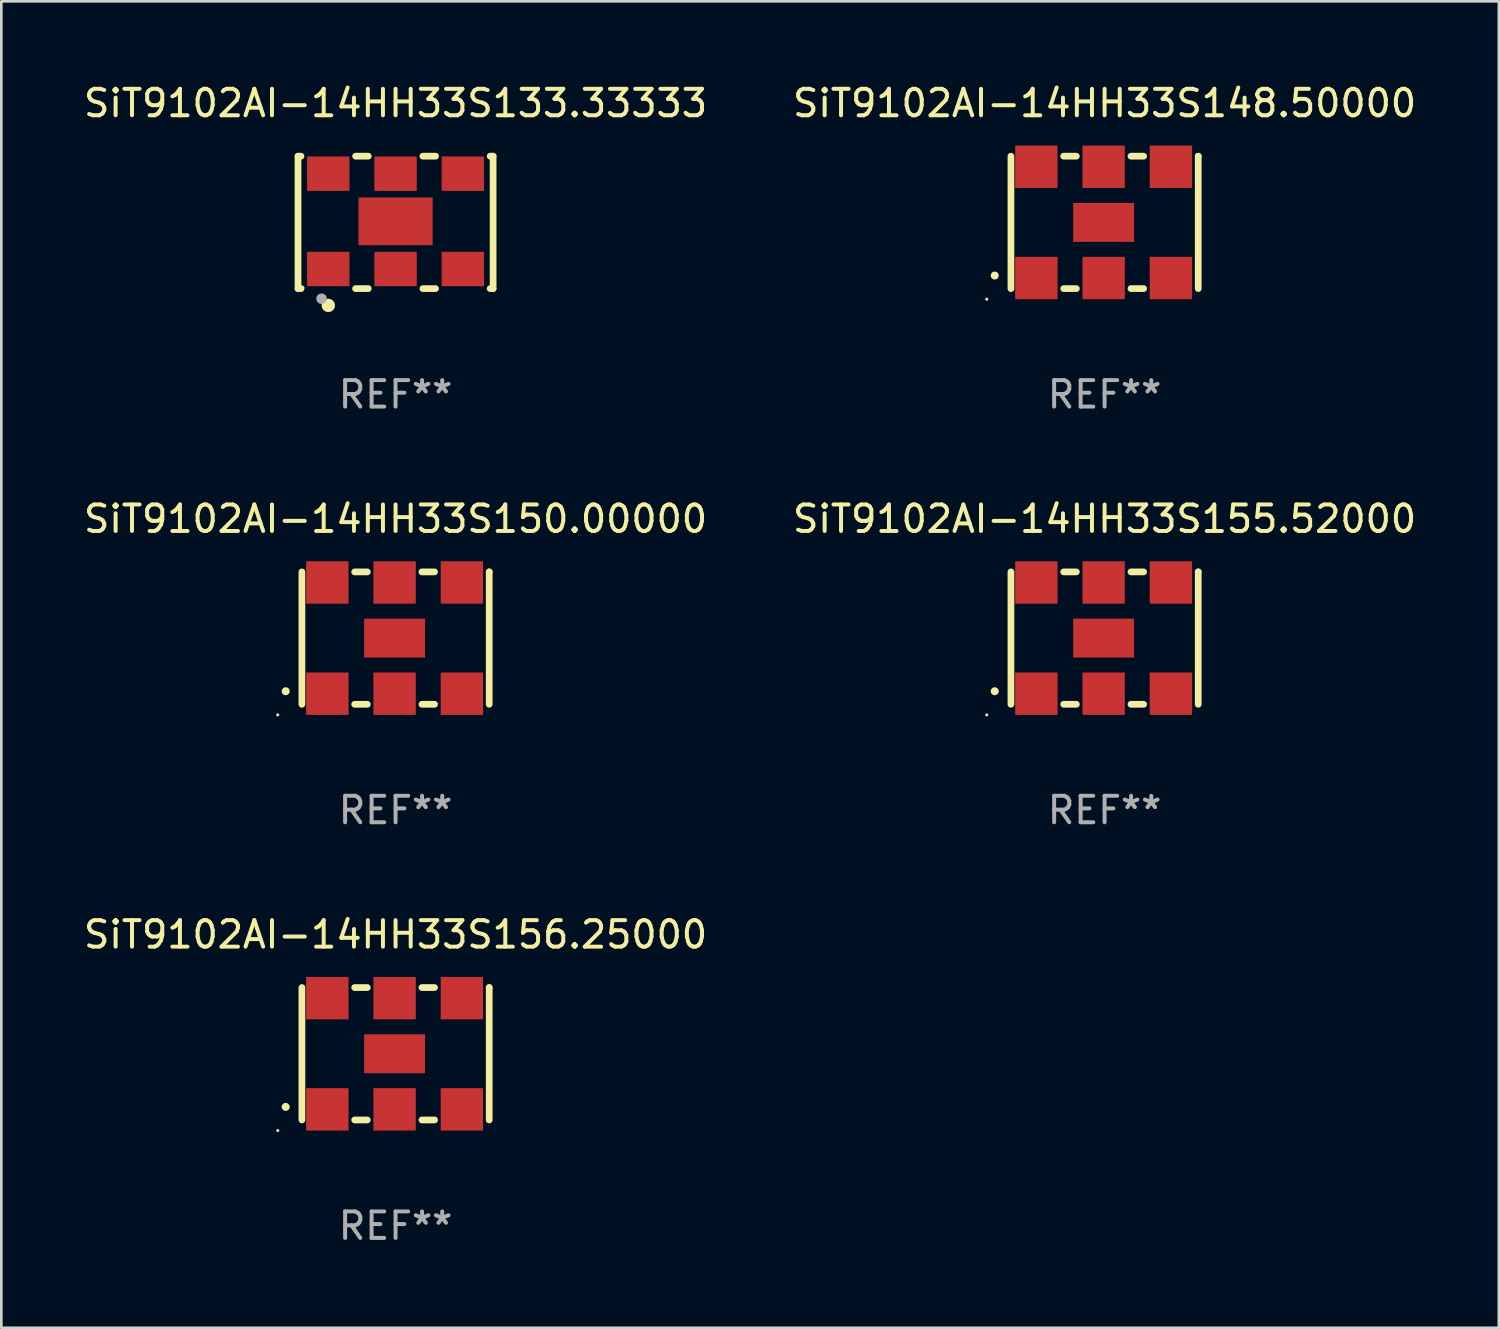
<source format=kicad_pcb>
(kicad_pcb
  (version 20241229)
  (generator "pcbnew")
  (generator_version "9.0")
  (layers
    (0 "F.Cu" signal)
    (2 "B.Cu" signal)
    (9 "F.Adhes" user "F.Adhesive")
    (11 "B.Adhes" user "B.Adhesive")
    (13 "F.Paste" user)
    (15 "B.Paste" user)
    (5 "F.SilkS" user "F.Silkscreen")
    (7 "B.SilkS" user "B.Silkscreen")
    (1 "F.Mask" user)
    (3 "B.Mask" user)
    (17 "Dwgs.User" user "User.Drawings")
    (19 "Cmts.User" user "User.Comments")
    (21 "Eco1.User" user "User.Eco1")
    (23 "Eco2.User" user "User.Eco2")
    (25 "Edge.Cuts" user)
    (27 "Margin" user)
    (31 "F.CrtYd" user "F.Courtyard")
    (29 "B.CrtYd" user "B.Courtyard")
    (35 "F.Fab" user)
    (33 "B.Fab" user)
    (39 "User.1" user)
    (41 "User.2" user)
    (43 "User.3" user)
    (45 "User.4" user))
  (footprint "SiT9102AI-14HH33S155.52000"
    (layer "F.Cu")
    (at 38.661 21.045)
    (property "Reference" "SiT9102AI-14HH33S155.52000" (at 0 -4.5 0) (layer "F.SilkS") (effects (font (size 1 1) (thickness 0.15))))
    (attr through_hole)
    (fp_line (start -3.536 -2.5) (end -3.536 2.5) (stroke (width 0.254) (type solid)) (layer "F.SilkS"))
    (fp_line (start -1.544 2.5) (end -1.067 2.5) (stroke (width 0.254) (type solid)) (layer "F.SilkS"))
    (fp_line (start -1.067 -2.5) (end -1.544 -2.5) (stroke (width 0.254) (type solid)) (layer "F.SilkS"))
    (fp_line (start 0.996 2.5) (end 1.473 2.5) (stroke (width 0.254) (type solid)) (layer "F.SilkS"))
    (fp_line (start 1.473 -2.5) (end 0.996 -2.5) (stroke (width 0.254) (type solid)) (layer "F.SilkS"))
    (fp_line (start 3.536 -2.5) (end 3.536 -2.5) (stroke (width 0.254) (type solid)) (layer "F.SilkS"))
    (fp_line (start 3.536 2.5) (end 3.536 -2.5) (stroke (width 0.254) (type solid)) (layer "F.SilkS"))
    (fp_arc (start -4.150432 2.006604) (mid -4.149162 2.006599) (end -4.147892 2.006604) (stroke (width 0.3) (type solid)) (layer "F.SilkS"))
    (fp_circle (center -4.449 2.9) (end -4.419 2.9) (stroke (width 0.06) (type solid)) (fill no) (layer "F.SilkS"))
    (fp_text user "REF**" (at 0 6.5 0) (layer "F.Fab") (effects (font (size 1 1) (thickness 0.15))))
    (pad "1" smd rect (at -2.576 2.1) (size 1.6 1.6) (layers "F.Cu" "F.Mask" "F.Paste"))
    (pad "2" smd rect (at -0.036 2.1) (size 1.6 1.6) (layers "F.Cu" "F.Mask" "F.Paste"))
    (pad "3" smd rect (at 2.504 2.1) (size 1.6 1.6) (layers "F.Cu" "F.Mask" "F.Paste"))
    (pad "4" smd rect (at 2.504 -2.1) (size 1.6 1.6) (layers "F.Cu" "F.Mask" "F.Paste"))
    (pad "5" smd rect (at -0.036 -2.1) (size 1.6 1.6) (layers "F.Cu" "F.Mask" "F.Paste"))
    (pad "6" smd rect (at -2.576 -2.1) (size 1.6 1.6) (layers "F.Cu" "F.Mask" "F.Paste"))
    (pad "7" smd rect (at -0.036 0) (size 2.3 1.47) (layers "F.Cu" "F.Mask" "F.Paste")))
  (footprint "SiT9102AI-14HH33S156.25000"
    (layer "F.Cu")
    (at 11.887 36.741)
    (property "Reference" "SiT9102AI-14HH33S156.25000" (at 0 -4.5 0) (layer "F.SilkS") (effects (font (size 1 1) (thickness 0.15))))
    (attr through_hole)
    (fp_line (start -3.536 -2.5) (end -3.536 2.5) (stroke (width 0.254) (type solid)) (layer "F.SilkS"))
    (fp_line (start -1.544 2.5) (end -1.067 2.5) (stroke (width 0.254) (type solid)) (layer "F.SilkS"))
    (fp_line (start -1.067 -2.5) (end -1.544 -2.5) (stroke (width 0.254) (type solid)) (layer "F.SilkS"))
    (fp_line (start 0.996 2.5) (end 1.473 2.5) (stroke (width 0.254) (type solid)) (layer "F.SilkS"))
    (fp_line (start 1.473 -2.5) (end 0.996 -2.5) (stroke (width 0.254) (type solid)) (layer "F.SilkS"))
    (fp_line (start 3.536 -2.5) (end 3.536 -2.5) (stroke (width 0.254) (type solid)) (layer "F.SilkS"))
    (fp_line (start 3.536 2.5) (end 3.536 -2.5) (stroke (width 0.254) (type solid)) (layer "F.SilkS"))
    (fp_arc (start -4.150432 2.006604) (mid -4.149162 2.006599) (end -4.147892 2.006604) (stroke (width 0.3) (type solid)) (layer "F.SilkS"))
    (fp_circle (center -4.449 2.9) (end -4.419 2.9) (stroke (width 0.06) (type solid)) (fill no) (layer "F.SilkS"))
    (fp_text user "REF**" (at 0 6.5 0) (layer "F.Fab") (effects (font (size 1 1) (thickness 0.15))))
    (pad "1" smd rect (at -2.576 2.1) (size 1.6 1.6) (layers "F.Cu" "F.Mask" "F.Paste"))
    (pad "2" smd rect (at -0.036 2.1) (size 1.6 1.6) (layers "F.Cu" "F.Mask" "F.Paste"))
    (pad "3" smd rect (at 2.504 2.1) (size 1.6 1.6) (layers "F.Cu" "F.Mask" "F.Paste"))
    (pad "4" smd rect (at 2.504 -2.1) (size 1.6 1.6) (layers "F.Cu" "F.Mask" "F.Paste"))
    (pad "5" smd rect (at -0.036 -2.1) (size 1.6 1.6) (layers "F.Cu" "F.Mask" "F.Paste"))
    (pad "6" smd rect (at -2.576 -2.1) (size 1.6 1.6) (layers "F.Cu" "F.Mask" "F.Paste"))
    (pad "7" smd rect (at -0.036 0) (size 2.3 1.47) (layers "F.Cu" "F.Mask" "F.Paste")))
  (footprint "SiT9102AI-14HH33S148.50000"
    (layer "F.Cu")
    (at 38.661 5.348)
    (property "Reference" "SiT9102AI-14HH33S148.50000" (at 0 -4.5 0) (layer "F.SilkS") (effects (font (size 1 1) (thickness 0.15))))
    (attr through_hole)
    (fp_line (start -3.536 -2.5) (end -3.536 2.5) (stroke (width 0.254) (type solid)) (layer "F.SilkS"))
    (fp_line (start -1.544 2.5) (end -1.067 2.5) (stroke (width 0.254) (type solid)) (layer "F.SilkS"))
    (fp_line (start -1.067 -2.5) (end -1.544 -2.5) (stroke (width 0.254) (type solid)) (layer "F.SilkS"))
    (fp_line (start 0.996 2.5) (end 1.473 2.5) (stroke (width 0.254) (type solid)) (layer "F.SilkS"))
    (fp_line (start 1.473 -2.5) (end 0.996 -2.5) (stroke (width 0.254) (type solid)) (layer "F.SilkS"))
    (fp_line (start 3.536 -2.5) (end 3.536 -2.5) (stroke (width 0.254) (type solid)) (layer "F.SilkS"))
    (fp_line (start 3.536 2.5) (end 3.536 -2.5) (stroke (width 0.254) (type solid)) (layer "F.SilkS"))
    (fp_arc (start -4.150432 2.006604) (mid -4.149162 2.006599) (end -4.147892 2.006604) (stroke (width 0.3) (type solid)) (layer "F.SilkS"))
    (fp_circle (center -4.449 2.9) (end -4.419 2.9) (stroke (width 0.06) (type solid)) (fill no) (layer "F.SilkS"))
    (fp_text user "REF**" (at 0 6.5 0) (layer "F.Fab") (effects (font (size 1 1) (thickness 0.15))))
    (pad "1" smd rect (at -2.576 2.1) (size 1.6 1.6) (layers "F.Cu" "F.Mask" "F.Paste"))
    (pad "2" smd rect (at -0.036 2.1) (size 1.6 1.6) (layers "F.Cu" "F.Mask" "F.Paste"))
    (pad "3" smd rect (at 2.504 2.1) (size 1.6 1.6) (layers "F.Cu" "F.Mask" "F.Paste"))
    (pad "4" smd rect (at 2.504 -2.1) (size 1.6 1.6) (layers "F.Cu" "F.Mask" "F.Paste"))
    (pad "5" smd rect (at -0.036 -2.1) (size 1.6 1.6) (layers "F.Cu" "F.Mask" "F.Paste"))
    (pad "6" smd rect (at -2.576 -2.1) (size 1.6 1.6) (layers "F.Cu" "F.Mask" "F.Paste"))
    (pad "7" smd rect (at -0.036 0) (size 2.3 1.47) (layers "F.Cu" "F.Mask" "F.Paste")))
  (footprint "SiT9102AI-14HH33S150.00000"
    (layer "F.Cu")
    (at 11.887 21.045)
    (property "Reference" "SiT9102AI-14HH33S150.00000" (at 0 -4.5 0) (layer "F.SilkS") (effects (font (size 1 1) (thickness 0.15))))
    (attr through_hole)
    (fp_line (start -3.536 -2.5) (end -3.536 2.5) (stroke (width 0.254) (type solid)) (layer "F.SilkS"))
    (fp_line (start -1.544 2.5) (end -1.067 2.5) (stroke (width 0.254) (type solid)) (layer "F.SilkS"))
    (fp_line (start -1.067 -2.5) (end -1.544 -2.5) (stroke (width 0.254) (type solid)) (layer "F.SilkS"))
    (fp_line (start 0.996 2.5) (end 1.473 2.5) (stroke (width 0.254) (type solid)) (layer "F.SilkS"))
    (fp_line (start 1.473 -2.5) (end 0.996 -2.5) (stroke (width 0.254) (type solid)) (layer "F.SilkS"))
    (fp_line (start 3.536 -2.5) (end 3.536 -2.5) (stroke (width 0.254) (type solid)) (layer "F.SilkS"))
    (fp_line (start 3.536 2.5) (end 3.536 -2.5) (stroke (width 0.254) (type solid)) (layer "F.SilkS"))
    (fp_arc (start -4.150432 2.006604) (mid -4.149162 2.006599) (end -4.147892 2.006604) (stroke (width 0.3) (type solid)) (layer "F.SilkS"))
    (fp_circle (center -4.449 2.9) (end -4.419 2.9) (stroke (width 0.06) (type solid)) (fill no) (layer "F.SilkS"))
    (fp_text user "REF**" (at 0 6.5 0) (layer "F.Fab") (effects (font (size 1 1) (thickness 0.15))))
    (pad "1" smd rect (at -2.576 2.1) (size 1.6 1.6) (layers "F.Cu" "F.Mask" "F.Paste"))
    (pad "2" smd rect (at -0.036 2.1) (size 1.6 1.6) (layers "F.Cu" "F.Mask" "F.Paste"))
    (pad "3" smd rect (at 2.504 2.1) (size 1.6 1.6) (layers "F.Cu" "F.Mask" "F.Paste"))
    (pad "4" smd rect (at 2.504 -2.1) (size 1.6 1.6) (layers "F.Cu" "F.Mask" "F.Paste"))
    (pad "5" smd rect (at -0.036 -2.1) (size 1.6 1.6) (layers "F.Cu" "F.Mask" "F.Paste"))
    (pad "6" smd rect (at -2.576 -2.1) (size 1.6 1.6) (layers "F.Cu" "F.Mask" "F.Paste"))
    (pad "7" smd rect (at -0.036 0) (size 2.3 1.47) (layers "F.Cu" "F.Mask" "F.Paste")))
  (footprint "SiT9102AI-14HH33S133.33333"
    (layer "F.Cu")
    (at 11.887 5.348)
    (property "Reference" "SiT9102AI-14HH33S133.33333" (at 0 -4.5 0) (layer "F.SilkS") (effects (font (size 1 1) (thickness 0.15))))
    (attr through_hole)
    (fp_line (start -3.683 -2.5) (end -3.571 -2.5) (stroke (width 0.254) (type solid)) (layer "F.SilkS"))
    (fp_line (start -3.683 2.5) (end -3.683 -2.5) (stroke (width 0.254) (type solid)) (layer "F.SilkS"))
    (fp_line (start -3.683 2.5) (end -3.571 2.5) (stroke (width 0.254) (type solid)) (layer "F.SilkS"))
    (fp_line (start -1.509 -2.5) (end -1.031 -2.5) (stroke (width 0.254) (type solid)) (layer "F.SilkS"))
    (fp_line (start -1.509 2.5) (end -1.031 2.5) (stroke (width 0.254) (type solid)) (layer "F.SilkS"))
    (fp_line (start 1.031 -2.5) (end 1.509 -2.5) (stroke (width 0.254) (type solid)) (layer "F.SilkS"))
    (fp_line (start 1.031 2.5) (end 1.509 2.5) (stroke (width 0.254) (type solid)) (layer "F.SilkS"))
    (fp_line (start 3.571 -2.5) (end 3.683 -2.5) (stroke (width 0.254) (type solid)) (layer "F.SilkS"))
    (fp_line (start 3.571 2.5) (end 3.683 2.5) (stroke (width 0.254) (type solid)) (layer "F.SilkS"))
    (fp_line (start 3.683 2.5) (end 3.683 -2.5) (stroke (width 0.254) (type solid)) (layer "F.SilkS"))
    (fp_circle (center -3.5 2.46) (end -3.47 2.46) (stroke (width 0.06) (type solid)) (fill no) (layer "F.SilkS"))
    (fp_circle (center -2.54 3.135) (end -2.413 3.135) (stroke (width 0.254) (type solid)) (fill no) (layer "F.SilkS"))
    (fp_circle (center -2.794 2.881) (end -2.694 2.881) (stroke (width 0.2) (type solid)) (fill no) (layer "F.Fab"))
    (fp_text user "REF**" (at 0 6.5 0) (layer "F.Fab") (effects (font (size 1 1) (thickness 0.15))))
    (pad "1" smd rect (at -2.54 1.76) (size 1.6 1.3) (layers "F.Cu" "F.Mask" "F.Paste"))
    (pad "2" smd rect (at 0 1.76) (size 1.6 1.3) (layers "F.Cu" "F.Mask" "F.Paste"))
    (pad "3" smd rect (at 2.54 1.76) (size 1.6 1.3) (layers "F.Cu" "F.Mask" "F.Paste"))
    (pad "4" smd rect (at 2.54 -1.84) (size 1.6 1.3) (layers "F.Cu" "F.Mask" "F.Paste"))
    (pad "5" smd rect (at 0 -1.84) (size 1.6 1.3) (layers "F.Cu" "F.Mask" "F.Paste"))
    (pad "6" smd rect (at -2.54 -1.84) (size 1.6 1.3) (layers "F.Cu" "F.Mask" "F.Paste"))
    (pad "7" smd rect (at 0 -0.04) (size 2.8 1.8) (layers "F.Cu" "F.Mask" "F.Paste")))
  (gr_rect
    (start -3 -3)
    (end 53.548 47.09)
    (stroke (width 0.1) (type default))
    (fill no)
    (layer "Edge.Cuts")))
</source>
